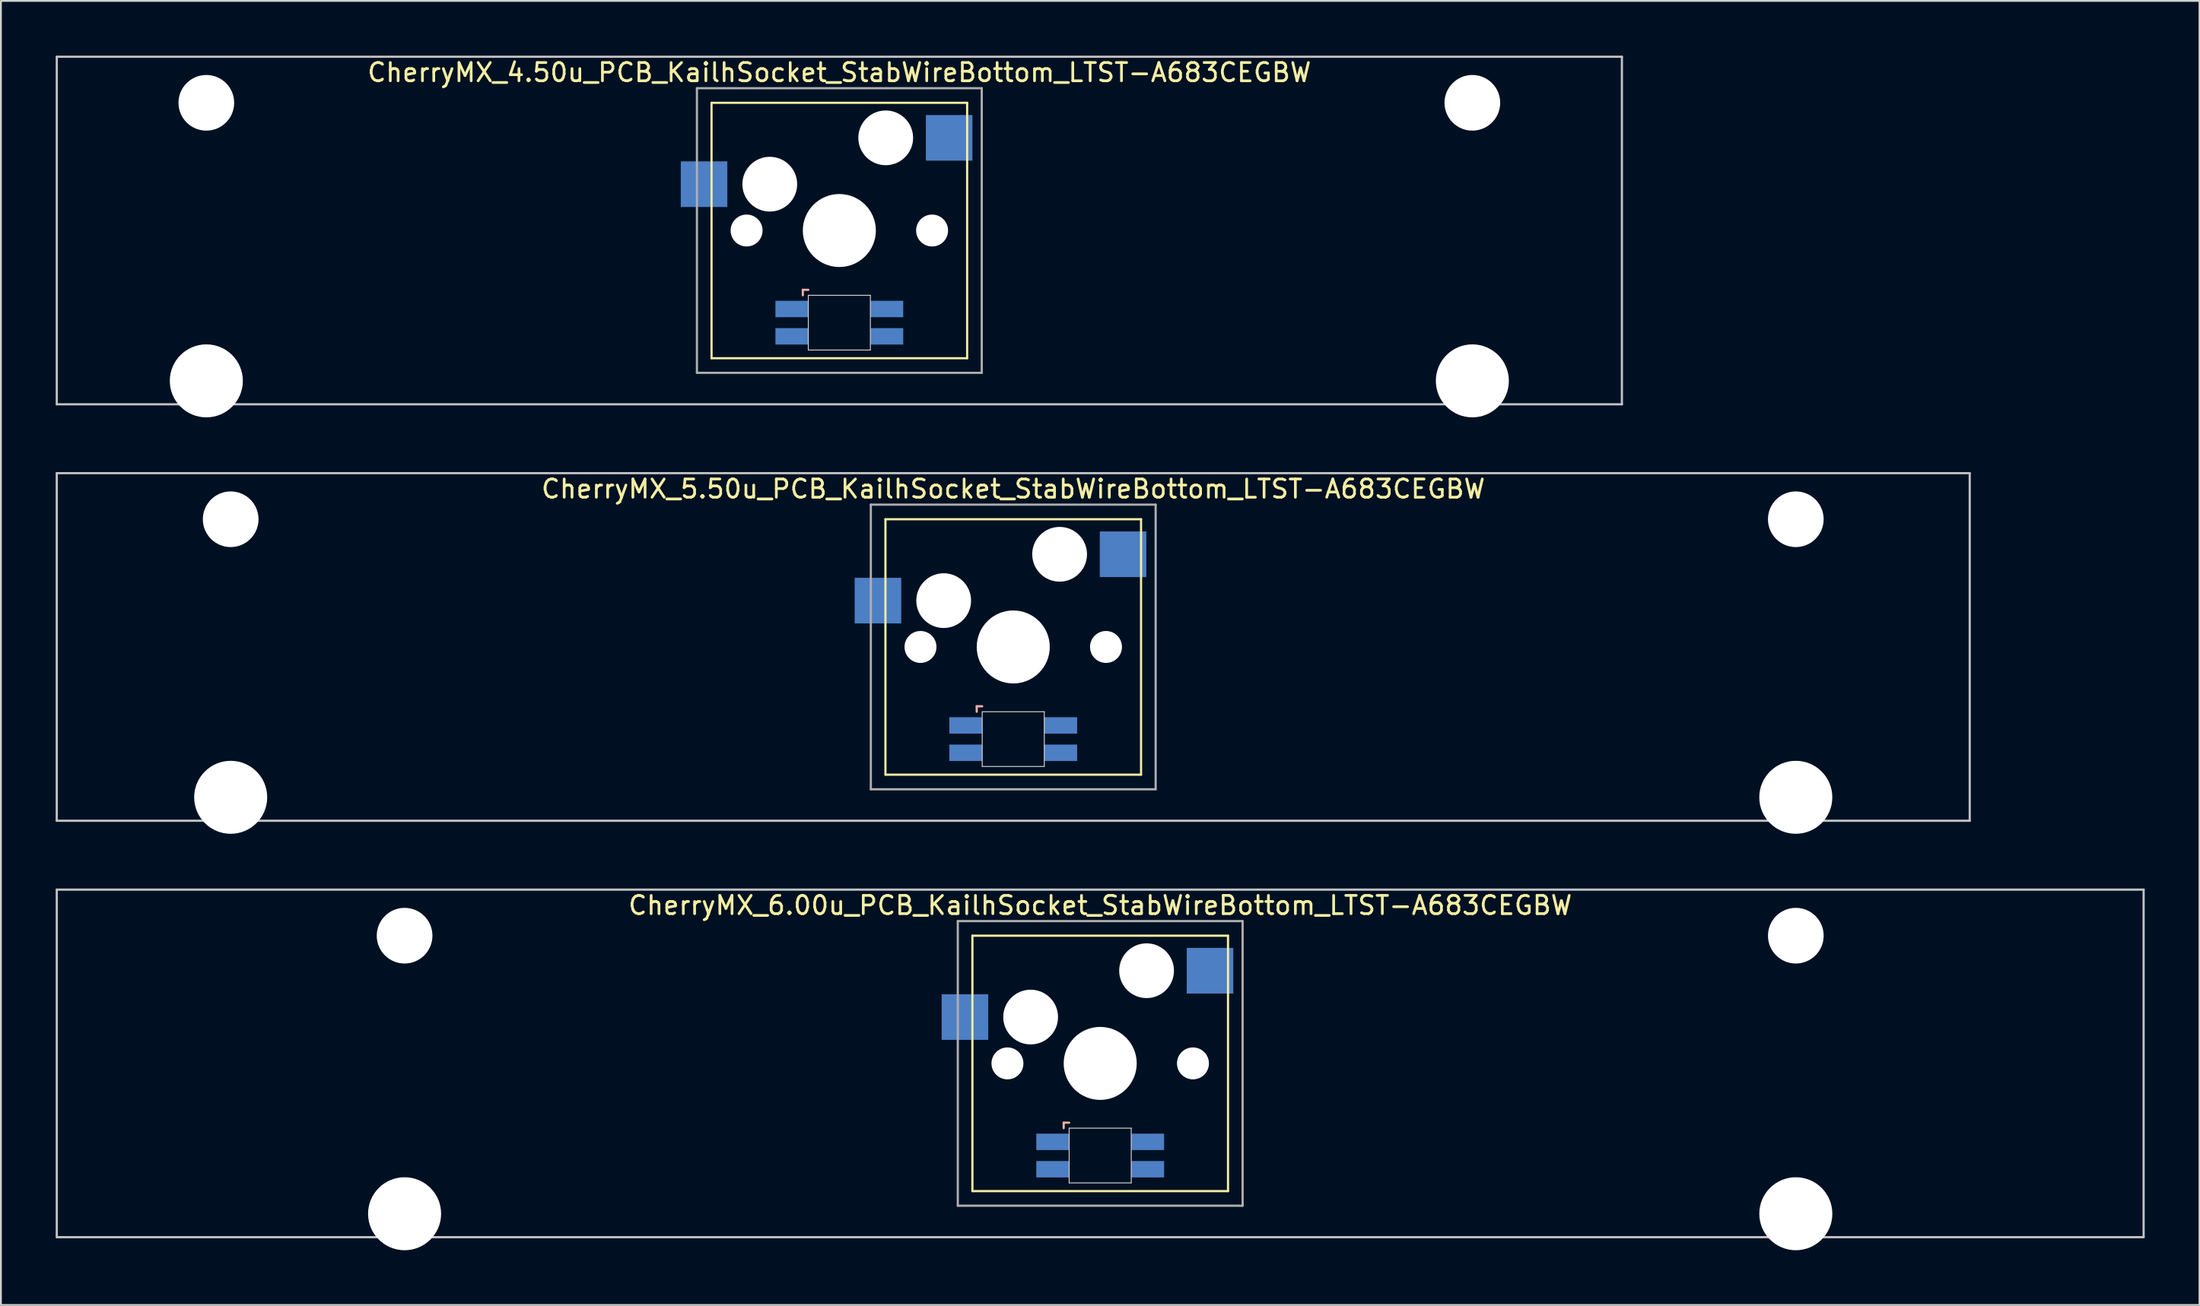
<source format=kicad_pcb>
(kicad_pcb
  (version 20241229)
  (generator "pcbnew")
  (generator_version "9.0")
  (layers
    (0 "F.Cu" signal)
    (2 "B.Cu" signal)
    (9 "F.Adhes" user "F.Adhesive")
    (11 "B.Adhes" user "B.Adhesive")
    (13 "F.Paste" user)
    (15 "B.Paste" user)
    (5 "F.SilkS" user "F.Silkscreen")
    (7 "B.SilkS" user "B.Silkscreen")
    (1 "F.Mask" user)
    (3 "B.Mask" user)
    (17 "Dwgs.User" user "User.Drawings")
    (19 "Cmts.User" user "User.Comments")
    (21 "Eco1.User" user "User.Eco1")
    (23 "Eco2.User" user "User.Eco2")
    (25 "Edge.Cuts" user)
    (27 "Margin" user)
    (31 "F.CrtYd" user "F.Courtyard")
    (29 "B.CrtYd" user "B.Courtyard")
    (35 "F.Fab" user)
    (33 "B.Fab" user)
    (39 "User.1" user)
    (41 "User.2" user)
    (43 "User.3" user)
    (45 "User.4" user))
  (footprint "CherryMX_6.00u_PCB_KailhSocket_StabWireBottom_LTST-A683CEGBW"
    (layer "F.Cu")
    (at 57.21 55.235)
    (property "Reference" "CherryMX_6.00u_PCB_KailhSocket_StabWireBottom_LTST-A683CEGBW" (at 0 -8.662 0) (layer "F.SilkS") (effects (font (size 1 1) (thickness 0.15))))
    (attr through_hole)
    (fp_line (start -7 -7) (end -7 7) (stroke (width 0.12) (type solid)) (layer "F.SilkS"))
    (fp_line (start -7 -7) (end 7 -7) (stroke (width 0.12) (type solid)) (layer "F.SilkS"))
    (fp_line (start 7 -7) (end 7 7) (stroke (width 0.12) (type solid)) (layer "F.SilkS"))
    (fp_line (start 7 7) (end -7 7) (stroke (width 0.12) (type solid)) (layer "F.SilkS"))
    (fp_line (start -2 3.25) (end -2 3.55) (stroke (width 0.12) (type solid)) (layer "B.SilkS"))
    (fp_line (start -1.7 3.25) (end -2 3.25) (stroke (width 0.12) (type solid)) (layer "B.SilkS"))
    (fp_line (start -57.15 -9.525) (end 57.15 -9.525) (stroke (width 0.12) (type solid)) (layer "Dwgs.User"))
    (fp_line (start -57.15 9.525) (end -57.15 -9.525) (stroke (width 0.12) (type solid)) (layer "Dwgs.User"))
    (fp_line (start 57.15 -9.525) (end 57.15 9.525) (stroke (width 0.12) (type solid)) (layer "Dwgs.User"))
    (fp_line (start 57.15 9.525) (end -57.15 9.525) (stroke (width 0.12) (type solid)) (layer "Dwgs.User"))
    (fp_line (start -1.7 3.55) (end 1.7 3.55) (stroke (width 0.05) (type solid)) (layer "Edge.Cuts"))
    (fp_line (start -1.7 6.55) (end -1.7 3.55) (stroke (width 0.05) (type solid)) (layer "Edge.Cuts"))
    (fp_line (start 1.7 3.55) (end 1.7 6.55) (stroke (width 0.05) (type solid)) (layer "Edge.Cuts"))
    (fp_line (start 1.7 6.55) (end -1.7 6.55) (stroke (width 0.05) (type solid)) (layer "Edge.Cuts"))
    (fp_line (start -7.8 -7.8) (end -7.8 7.8) (stroke (width 0.12) (type solid)) (layer "F.Fab"))
    (fp_line (start -7.8 -7.8) (end 7.8 -7.8) (stroke (width 0.12) (type solid)) (layer "F.Fab"))
    (fp_line (start -7.8 7.8) (end 7.8 7.8) (stroke (width 0.12) (type solid)) (layer "F.Fab"))
    (fp_line (start 7.8 -7.8) (end 7.8 7.8) (stroke (width 0.12) (type solid)) (layer "F.Fab"))
    (pad "" np_thru_hole circle (at -38.1 -7) (size 3.05 3.05) (drill 3.05) (layers "*.Cu" "*.Mask"))
    (pad "" np_thru_hole circle (at -38.1 8.24) (size 4 4) (drill 4) (layers "*.Cu" "*.Mask"))
    (pad "" np_thru_hole circle (at -5.08 0) (size 1.75 1.75) (drill 1.75) (layers "*.Cu" "*.Mask"))
    (pad "" np_thru_hole circle (at -3.81 -2.54) (size 3 3) (drill 3) (layers "*.Cu" "*.Mask"))
    (pad "" np_thru_hole circle (at 0 0) (size 4 4) (drill 4) (layers "*.Cu" "*.Mask"))
    (pad "" np_thru_hole circle (at 2.54 -5.08) (size 3 3) (drill 3) (layers "*.Cu" "*.Mask"))
    (pad "" np_thru_hole circle (at 5.08 0) (size 1.75 1.75) (drill 1.75) (layers "*.Cu" "*.Mask"))
    (pad "" np_thru_hole circle (at 38.1 -7) (size 3.05 3.05) (drill 3.05) (layers "*.Cu" "*.Mask"))
    (pad "" np_thru_hole circle (at 38.1 8.24) (size 4 4) (drill 4) (layers "*.Cu" "*.Mask"))
    (pad "1" smd rect (at -7.41 -2.54) (size 2.55 2.5) (layers "B.Cu" "B.Mask" "B.Paste"))
    (pad "2" smd rect (at 6.015 -5.08) (size 2.55 2.5) (layers "B.Cu" "B.Mask" "B.Paste"))
    (pad "3" smd rect (at -2.6 4.3) (size 1.8 0.9) (layers "B.Cu" "B.Mask" "B.Paste"))
    (pad "4" smd rect (at -2.6 5.8) (size 1.8 0.9) (layers "B.Cu" "B.Mask" "B.Paste"))
    (pad "5" smd rect (at 2.6 4.3) (size 1.8 0.9) (layers "B.Cu" "B.Mask" "B.Paste"))
    (pad "6" smd rect (at 2.6 5.8) (size 1.8 0.9) (layers "B.Cu" "B.Mask" "B.Paste")))
  (footprint "CherryMX_5.50u_PCB_KailhSocket_StabWireBottom_LTST-A683CEGBW"
    (layer "F.Cu")
    (at 52.447 32.41)
    (property "Reference" "CherryMX_5.50u_PCB_KailhSocket_StabWireBottom_LTST-A683CEGBW" (at 0 -8.662 0) (layer "F.SilkS") (effects (font (size 1 1) (thickness 0.15))))
    (attr through_hole)
    (fp_line (start -7 -7) (end -7 7) (stroke (width 0.12) (type solid)) (layer "F.SilkS"))
    (fp_line (start -7 -7) (end 7 -7) (stroke (width 0.12) (type solid)) (layer "F.SilkS"))
    (fp_line (start 7 -7) (end 7 7) (stroke (width 0.12) (type solid)) (layer "F.SilkS"))
    (fp_line (start 7 7) (end -7 7) (stroke (width 0.12) (type solid)) (layer "F.SilkS"))
    (fp_line (start -2 3.25) (end -2 3.55) (stroke (width 0.12) (type solid)) (layer "B.SilkS"))
    (fp_line (start -1.7 3.25) (end -2 3.25) (stroke (width 0.12) (type solid)) (layer "B.SilkS"))
    (fp_line (start -52.388 -9.525) (end 52.388 -9.525) (stroke (width 0.12) (type solid)) (layer "Dwgs.User"))
    (fp_line (start -52.388 9.525) (end -52.388 -9.525) (stroke (width 0.12) (type solid)) (layer "Dwgs.User"))
    (fp_line (start 52.388 -9.525) (end 52.388 9.525) (stroke (width 0.12) (type solid)) (layer "Dwgs.User"))
    (fp_line (start 52.388 9.525) (end -52.388 9.525) (stroke (width 0.12) (type solid)) (layer "Dwgs.User"))
    (fp_line (start -1.7 3.55) (end 1.7 3.55) (stroke (width 0.05) (type solid)) (layer "Edge.Cuts"))
    (fp_line (start -1.7 6.55) (end -1.7 3.55) (stroke (width 0.05) (type solid)) (layer "Edge.Cuts"))
    (fp_line (start 1.7 3.55) (end 1.7 6.55) (stroke (width 0.05) (type solid)) (layer "Edge.Cuts"))
    (fp_line (start 1.7 6.55) (end -1.7 6.55) (stroke (width 0.05) (type solid)) (layer "Edge.Cuts"))
    (fp_line (start -7.8 -7.8) (end -7.8 7.8) (stroke (width 0.12) (type solid)) (layer "F.Fab"))
    (fp_line (start -7.8 -7.8) (end 7.8 -7.8) (stroke (width 0.12) (type solid)) (layer "F.Fab"))
    (fp_line (start -7.8 7.8) (end 7.8 7.8) (stroke (width 0.12) (type solid)) (layer "F.Fab"))
    (fp_line (start 7.8 -7.8) (end 7.8 7.8) (stroke (width 0.12) (type solid)) (layer "F.Fab"))
    (pad "" np_thru_hole circle (at -42.862 -7) (size 3.05 3.05) (drill 3.05) (layers "*.Cu" "*.Mask"))
    (pad "" np_thru_hole circle (at -42.862 8.24) (size 4 4) (drill 4) (layers "*.Cu" "*.Mask"))
    (pad "" np_thru_hole circle (at -5.08 0) (size 1.75 1.75) (drill 1.75) (layers "*.Cu" "*.Mask"))
    (pad "" np_thru_hole circle (at -3.81 -2.54) (size 3 3) (drill 3) (layers "*.Cu" "*.Mask"))
    (pad "" np_thru_hole circle (at 0 0) (size 4 4) (drill 4) (layers "*.Cu" "*.Mask"))
    (pad "" np_thru_hole circle (at 2.54 -5.08) (size 3 3) (drill 3) (layers "*.Cu" "*.Mask"))
    (pad "" np_thru_hole circle (at 5.08 0) (size 1.75 1.75) (drill 1.75) (layers "*.Cu" "*.Mask"))
    (pad "" np_thru_hole circle (at 42.862 -7) (size 3.05 3.05) (drill 3.05) (layers "*.Cu" "*.Mask"))
    (pad "" np_thru_hole circle (at 42.862 8.24) (size 4 4) (drill 4) (layers "*.Cu" "*.Mask"))
    (pad "1" smd rect (at -7.41 -2.54) (size 2.55 2.5) (layers "B.Cu" "B.Mask" "B.Paste"))
    (pad "2" smd rect (at 6.015 -5.08) (size 2.55 2.5) (layers "B.Cu" "B.Mask" "B.Paste"))
    (pad "3" smd rect (at -2.6 4.3) (size 1.8 0.9) (layers "B.Cu" "B.Mask" "B.Paste"))
    (pad "4" smd rect (at -2.6 5.8) (size 1.8 0.9) (layers "B.Cu" "B.Mask" "B.Paste"))
    (pad "5" smd rect (at 2.6 4.3) (size 1.8 0.9) (layers "B.Cu" "B.Mask" "B.Paste"))
    (pad "6" smd rect (at 2.6 5.8) (size 1.8 0.9) (layers "B.Cu" "B.Mask" "B.Paste")))
  (footprint "CherryMX_4.50u_PCB_KailhSocket_StabWireBottom_LTST-A683CEGBW"
    (layer "F.Cu")
    (at 42.922 9.585)
    (property "Reference" "CherryMX_4.50u_PCB_KailhSocket_StabWireBottom_LTST-A683CEGBW" (at 0 -8.662 0) (layer "F.SilkS") (effects (font (size 1 1) (thickness 0.15))))
    (attr through_hole)
    (fp_line (start -7 -7) (end -7 7) (stroke (width 0.12) (type solid)) (layer "F.SilkS"))
    (fp_line (start -7 -7) (end 7 -7) (stroke (width 0.12) (type solid)) (layer "F.SilkS"))
    (fp_line (start 7 -7) (end 7 7) (stroke (width 0.12) (type solid)) (layer "F.SilkS"))
    (fp_line (start 7 7) (end -7 7) (stroke (width 0.12) (type solid)) (layer "F.SilkS"))
    (fp_line (start -2 3.25) (end -2 3.55) (stroke (width 0.12) (type solid)) (layer "B.SilkS"))
    (fp_line (start -1.7 3.25) (end -2 3.25) (stroke (width 0.12) (type solid)) (layer "B.SilkS"))
    (fp_line (start -42.862 -9.525) (end 42.862 -9.525) (stroke (width 0.12) (type solid)) (layer "Dwgs.User"))
    (fp_line (start -42.862 9.525) (end -42.862 -9.525) (stroke (width 0.12) (type solid)) (layer "Dwgs.User"))
    (fp_line (start 42.862 -9.525) (end 42.862 9.525) (stroke (width 0.12) (type solid)) (layer "Dwgs.User"))
    (fp_line (start 42.862 9.525) (end -42.862 9.525) (stroke (width 0.12) (type solid)) (layer "Dwgs.User"))
    (fp_line (start -1.7 3.55) (end 1.7 3.55) (stroke (width 0.05) (type solid)) (layer "Edge.Cuts"))
    (fp_line (start -1.7 6.55) (end -1.7 3.55) (stroke (width 0.05) (type solid)) (layer "Edge.Cuts"))
    (fp_line (start 1.7 3.55) (end 1.7 6.55) (stroke (width 0.05) (type solid)) (layer "Edge.Cuts"))
    (fp_line (start 1.7 6.55) (end -1.7 6.55) (stroke (width 0.05) (type solid)) (layer "Edge.Cuts"))
    (fp_line (start -7.8 -7.8) (end -7.8 7.8) (stroke (width 0.12) (type solid)) (layer "F.Fab"))
    (fp_line (start -7.8 -7.8) (end 7.8 -7.8) (stroke (width 0.12) (type solid)) (layer "F.Fab"))
    (fp_line (start -7.8 7.8) (end 7.8 7.8) (stroke (width 0.12) (type solid)) (layer "F.Fab"))
    (fp_line (start 7.8 -7.8) (end 7.8 7.8) (stroke (width 0.12) (type solid)) (layer "F.Fab"))
    (pad "" np_thru_hole circle (at -34.671 -7) (size 3.05 3.05) (drill 3.05) (layers "*.Cu" "*.Mask"))
    (pad "" np_thru_hole circle (at -34.671 8.24) (size 4 4) (drill 4) (layers "*.Cu" "*.Mask"))
    (pad "" np_thru_hole circle (at -5.08 0) (size 1.75 1.75) (drill 1.75) (layers "*.Cu" "*.Mask"))
    (pad "" np_thru_hole circle (at -3.81 -2.54) (size 3 3) (drill 3) (layers "*.Cu" "*.Mask"))
    (pad "" np_thru_hole circle (at 0 0) (size 4 4) (drill 4) (layers "*.Cu" "*.Mask"))
    (pad "" np_thru_hole circle (at 2.54 -5.08) (size 3 3) (drill 3) (layers "*.Cu" "*.Mask"))
    (pad "" np_thru_hole circle (at 5.08 0) (size 1.75 1.75) (drill 1.75) (layers "*.Cu" "*.Mask"))
    (pad "" np_thru_hole circle (at 34.671 -7) (size 3.05 3.05) (drill 3.05) (layers "*.Cu" "*.Mask"))
    (pad "" np_thru_hole circle (at 34.671 8.24) (size 4 4) (drill 4) (layers "*.Cu" "*.Mask"))
    (pad "1" smd rect (at -7.41 -2.54) (size 2.55 2.5) (layers "B.Cu" "B.Mask" "B.Paste"))
    (pad "2" smd rect (at 6.015 -5.08) (size 2.55 2.5) (layers "B.Cu" "B.Mask" "B.Paste"))
    (pad "3" smd rect (at -2.6 4.3) (size 1.8 0.9) (layers "B.Cu" "B.Mask" "B.Paste"))
    (pad "4" smd rect (at -2.6 5.8) (size 1.8 0.9) (layers "B.Cu" "B.Mask" "B.Paste"))
    (pad "5" smd rect (at 2.6 4.3) (size 1.8 0.9) (layers "B.Cu" "B.Mask" "B.Paste"))
    (pad "6" smd rect (at 2.6 5.8) (size 1.8 0.9) (layers "B.Cu" "B.Mask" "B.Paste")))
  (gr_rect
    (start -3 -3)
    (end 117.42 68.475)
    (stroke (width 0.1) (type default))
    (fill no)
    (layer "Edge.Cuts")))
</source>
